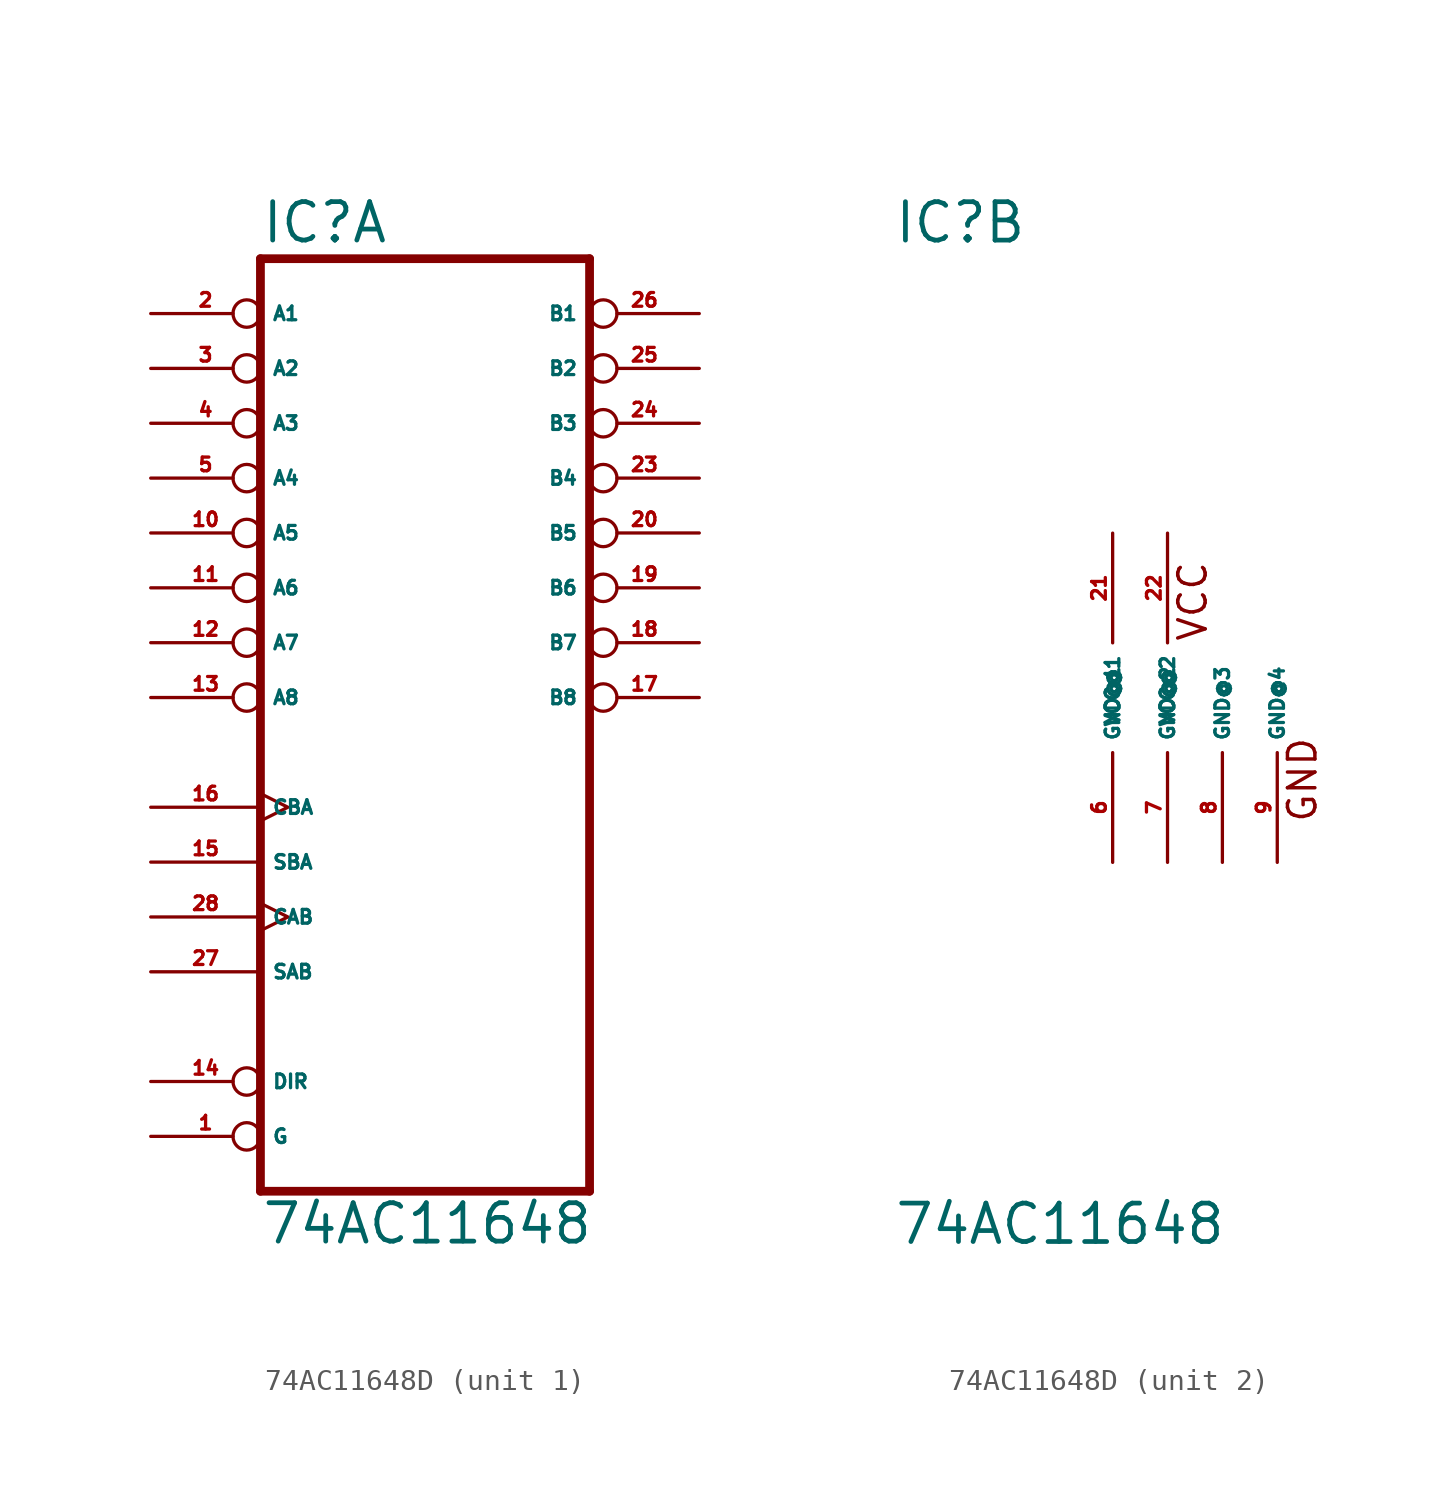
<source format=kicad_sym>
(kicad_symbol_lib
  (version 20220914)
  (generator Eagle2Kicad)
  (symbol "74AC11648D"
    (property "Reference" "IC"
      (at -10.16 20.955 0)
      (effects (font (size 1.778 1.778) (thickness 0.22)) (justify left bottom)))
    (property "Value" "74AC11648"
      (at -10.16 -25.4 0)
      (effects (font (size 1.778 1.778) (thickness 0.22)) (justify left bottom)))
    (symbol "74AC11648D_1_0"
      (polyline (pts (xy -10.16 -22.86) (xy 5.08 -22.86)) (stroke (width 0.406) (type default)) (fill (type none)))
      (polyline (pts (xy 5.08 20.32) (xy 5.08 -22.86)) (stroke (width 0.406) (type default)) (fill (type none)))
      (polyline (pts (xy 5.08 20.32) (xy -10.16 20.32)) (stroke (width 0.406) (type default)) (fill (type none)))
      (polyline (pts (xy -10.16 -22.86) (xy -10.16 20.32)) (stroke (width 0.406) (type default)) (fill (type none)))
      (pin bidirectional inverted (at -15.24 17.78 0) (length 5.08) (name "A1" (effects (font (size 0.635 0.635) (thickness 0.08)) (justify left bottom))) (number "2" (effects (font (size 0.635 0.635) (thickness 0.08)) (justify left bottom))))
      (pin bidirectional inverted (at -15.24 15.24 0) (length 5.08) (name "A2" (effects (font (size 0.635 0.635) (thickness 0.08)) (justify left bottom))) (number "3" (effects (font (size 0.635 0.635) (thickness 0.08)) (justify left bottom))))
      (pin bidirectional inverted (at -15.24 12.7 0) (length 5.08) (name "A3" (effects (font (size 0.635 0.635) (thickness 0.08)) (justify left bottom))) (number "4" (effects (font (size 0.635 0.635) (thickness 0.08)) (justify left bottom))))
      (pin bidirectional inverted (at -15.24 10.16 0) (length 5.08) (name "A4" (effects (font (size 0.635 0.635) (thickness 0.08)) (justify left bottom))) (number "5" (effects (font (size 0.635 0.635) (thickness 0.08)) (justify left bottom))))
      (pin bidirectional inverted (at -15.24 7.62 0) (length 5.08) (name "A5" (effects (font (size 0.635 0.635) (thickness 0.08)) (justify left bottom))) (number "10" (effects (font (size 0.635 0.635) (thickness 0.08)) (justify left bottom))))
      (pin bidirectional inverted (at -15.24 5.08 0) (length 5.08) (name "A6" (effects (font (size 0.635 0.635) (thickness 0.08)) (justify left bottom))) (number "11" (effects (font (size 0.635 0.635) (thickness 0.08)) (justify left bottom))))
      (pin bidirectional inverted (at -15.24 2.54 0) (length 5.08) (name "A7" (effects (font (size 0.635 0.635) (thickness 0.08)) (justify left bottom))) (number "12" (effects (font (size 0.635 0.635) (thickness 0.08)) (justify left bottom))))
      (pin bidirectional inverted (at -15.24 0 0) (length 5.08) (name "A8" (effects (font (size 0.635 0.635) (thickness 0.08)) (justify left bottom))) (number "13" (effects (font (size 0.635 0.635) (thickness 0.08)) (justify left bottom))))
      (pin bidirectional inverted (at 10.16 17.78 180) (length 5.08) (name "B1" (effects (font (size 0.635 0.635) (thickness 0.08)) (justify left bottom))) (number "26" (effects (font (size 0.635 0.635) (thickness 0.08)) (justify left bottom))))
      (pin bidirectional inverted (at 10.16 15.24 180) (length 5.08) (name "B2" (effects (font (size 0.635 0.635) (thickness 0.08)) (justify left bottom))) (number "25" (effects (font (size 0.635 0.635) (thickness 0.08)) (justify left bottom))))
      (pin bidirectional inverted (at 10.16 12.7 180) (length 5.08) (name "B3" (effects (font (size 0.635 0.635) (thickness 0.08)) (justify left bottom))) (number "24" (effects (font (size 0.635 0.635) (thickness 0.08)) (justify left bottom))))
      (pin bidirectional inverted (at 10.16 10.16 180) (length 5.08) (name "B4" (effects (font (size 0.635 0.635) (thickness 0.08)) (justify left bottom))) (number "23" (effects (font (size 0.635 0.635) (thickness 0.08)) (justify left bottom))))
      (pin bidirectional inverted (at 10.16 7.62 180) (length 5.08) (name "B5" (effects (font (size 0.635 0.635) (thickness 0.08)) (justify left bottom))) (number "20" (effects (font (size 0.635 0.635) (thickness 0.08)) (justify left bottom))))
      (pin bidirectional inverted (at 10.16 5.08 180) (length 5.08) (name "B6" (effects (font (size 0.635 0.635) (thickness 0.08)) (justify left bottom))) (number "19" (effects (font (size 0.635 0.635) (thickness 0.08)) (justify left bottom))))
      (pin bidirectional inverted (at 10.16 2.54 180) (length 5.08) (name "B7" (effects (font (size 0.635 0.635) (thickness 0.08)) (justify left bottom))) (number "18" (effects (font (size 0.635 0.635) (thickness 0.08)) (justify left bottom))))
      (pin bidirectional inverted (at 10.16 0 180) (length 5.08) (name "B8" (effects (font (size 0.635 0.635) (thickness 0.08)) (justify left bottom))) (number "17" (effects (font (size 0.635 0.635) (thickness 0.08)) (justify left bottom))))
      (pin input inverted (at -15.24 -20.32 0) (length 5.08) (name "G" (effects (font (size 0.635 0.635) (thickness 0.08)) (justify left bottom))) (number "1" (effects (font (size 0.635 0.635) (thickness 0.08)) (justify left bottom))))
      (pin input inverted (at -15.24 -17.78 0) (length 5.08) (name "DIR" (effects (font (size 0.635 0.635) (thickness 0.08)) (justify left bottom))) (number "14" (effects (font (size 0.635 0.635) (thickness 0.08)) (justify left bottom))))
      (pin input clock (at -15.24 -5.08 0) (length 5.08) (name "CBA" (effects (font (size 0.635 0.635) (thickness 0.08)) (justify left bottom))) (number "16" (effects (font (size 0.635 0.635) (thickness 0.08)) (justify left bottom))))
      (pin input line (at -15.24 -7.62 0) (length 5.08) (name "SBA" (effects (font (size 0.635 0.635) (thickness 0.08)) (justify left bottom))) (number "15" (effects (font (size 0.635 0.635) (thickness 0.08)) (justify left bottom))))
      (pin input clock (at -15.24 -10.16 0) (length 5.08) (name "CAB" (effects (font (size 0.635 0.635) (thickness 0.08)) (justify left bottom))) (number "28" (effects (font (size 0.635 0.635) (thickness 0.08)) (justify left bottom))))
      (pin input line (at -15.24 -12.7 0) (length 5.08) (name "SAB" (effects (font (size 0.635 0.635) (thickness 0.08)) (justify left bottom))) (number "27" (effects (font (size 0.635 0.635) (thickness 0.08)) (justify left bottom)))))
    (symbol "74AC11648D_2_0"
      (text "VCC" (at 4.445 2.54 900) (effects (font (size 1.27 1.27) (thickness 0.16)) (justify left bottom)))
      (text "GND" (at 9.525 -5.842 900) (effects (font (size 1.27 1.27) (thickness 0.16)) (justify left bottom)))
      (pin unspecified line (at 0 -7.62 90) (length 5.08) (name "GND@1" (effects (font (size 0.635 0.635) (thickness 0.08)) (justify left bottom))) (number "6" (effects (font (size 0.635 0.635) (thickness 0.08)) (justify left bottom))))
      (pin unspecified line (at 2.54 -7.62 90) (length 5.08) (name "GND@2" (effects (font (size 0.635 0.635) (thickness 0.08)) (justify left bottom))) (number "7" (effects (font (size 0.635 0.635) (thickness 0.08)) (justify left bottom))))
      (pin unspecified line (at 5.08 -7.62 90) (length 5.08) (name "GND@3" (effects (font (size 0.635 0.635) (thickness 0.08)) (justify left bottom))) (number "8" (effects (font (size 0.635 0.635) (thickness 0.08)) (justify left bottom))))
      (pin unspecified line (at 7.62 -7.62 90) (length 5.08) (name "GND@4" (effects (font (size 0.635 0.635) (thickness 0.08)) (justify left bottom))) (number "9" (effects (font (size 0.635 0.635) (thickness 0.08)) (justify left bottom))))
      (pin unspecified line (at 0 7.62 270) (length 5.08) (name "VCC@1" (effects (font (size 0.635 0.635) (thickness 0.08)) (justify left bottom))) (number "21" (effects (font (size 0.635 0.635) (thickness 0.08)) (justify left bottom))))
      (pin unspecified line (at 2.54 7.62 270) (length 5.08) (name "VCC@2" (effects (font (size 0.635 0.635) (thickness 0.08)) (justify left bottom))) (number "22" (effects (font (size 0.635 0.635) (thickness 0.08)) (justify left bottom)))))))
</source>
